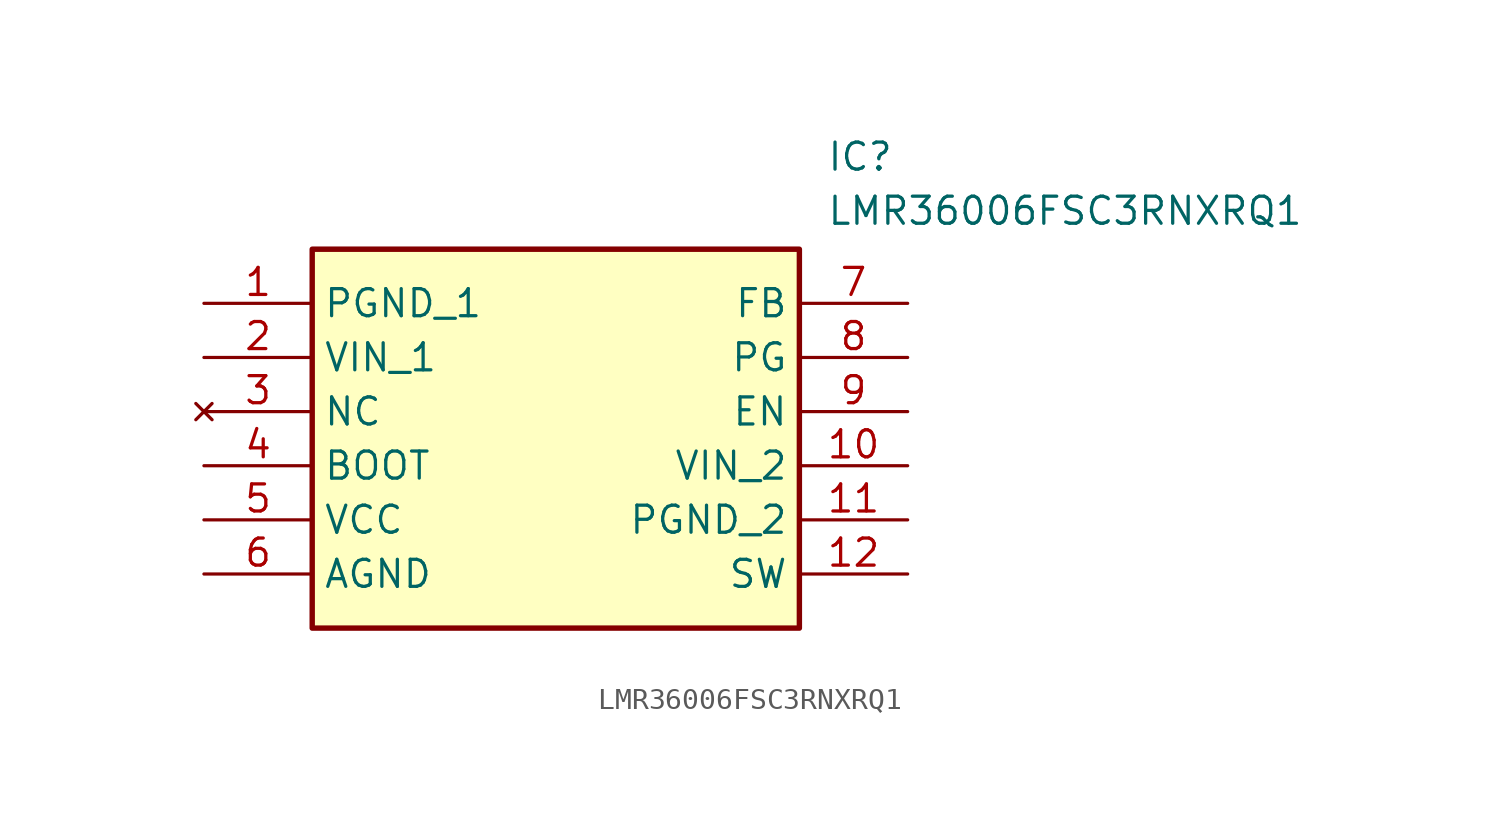
<source format=kicad_sym>
(kicad_symbol_lib
  (version 20211014)
  (generator SamacSys_ECAD_Model)
  (symbol "LMR36006FSC3RNXRQ1"
    (property "Reference" "IC"
      (at 29.21 7.62 0)
      (effects (font (size 1.27 1.27)) (justify left top)))
    (property "Value" "LMR36006FSC3RNXRQ1"
      (at 29.21 5.08 0)
      (effects (font (size 1.27 1.27)) (justify left top)))
    (rectangle
      (start 5.08 2.54)
      (end 27.94 -15.24)
      (stroke (width 0.254) (type default))
      (fill (type background)))
    (pin passive line
      (at 0 0 0)
      (length 5.08)
      (name "PGND_1" (effects (font (size 1.27 1.27))))
      (number "1" (effects (font (size 1.27 1.27)))))
    (pin passive line
      (at 0 -2.54 0)
      (length 5.08)
      (name "VIN_1" (effects (font (size 1.27 1.27))))
      (number "2" (effects (font (size 1.27 1.27)))))
    (pin no_connect line
      (at 0 -5.08 0)
      (length 5.08)
      (name "NC" (effects (font (size 1.27 1.27))))
      (number "3" (effects (font (size 1.27 1.27)))))
    (pin passive line
      (at 0 -7.62 0)
      (length 5.08)
      (name "BOOT" (effects (font (size 1.27 1.27))))
      (number "4" (effects (font (size 1.27 1.27)))))
    (pin passive line
      (at 0 -10.16 0)
      (length 5.08)
      (name "VCC" (effects (font (size 1.27 1.27))))
      (number "5" (effects (font (size 1.27 1.27)))))
    (pin passive line
      (at 0 -12.7 0)
      (length 5.08)
      (name "AGND" (effects (font (size 1.27 1.27))))
      (number "6" (effects (font (size 1.27 1.27)))))
    (pin passive line
      (at 33.02 0 180)
      (length 5.08)
      (name "FB" (effects (font (size 1.27 1.27))))
      (number "7" (effects (font (size 1.27 1.27)))))
    (pin passive line
      (at 33.02 -2.54 180)
      (length 5.08)
      (name "PG" (effects (font (size 1.27 1.27))))
      (number "8" (effects (font (size 1.27 1.27)))))
    (pin passive line
      (at 33.02 -5.08 180)
      (length 5.08)
      (name "EN" (effects (font (size 1.27 1.27))))
      (number "9" (effects (font (size 1.27 1.27)))))
    (pin passive line
      (at 33.02 -7.62 180)
      (length 5.08)
      (name "VIN_2" (effects (font (size 1.27 1.27))))
      (number "10" (effects (font (size 1.27 1.27)))))
    (pin passive line
      (at 33.02 -10.16 180)
      (length 5.08)
      (name "PGND_2" (effects (font (size 1.27 1.27))))
      (number "11" (effects (font (size 1.27 1.27)))))
    (pin passive line
      (at 33.02 -12.7 180)
      (length 5.08)
      (name "SW" (effects (font (size 1.27 1.27))))
      (number "12" (effects (font (size 1.27 1.27)))))))
</source>
